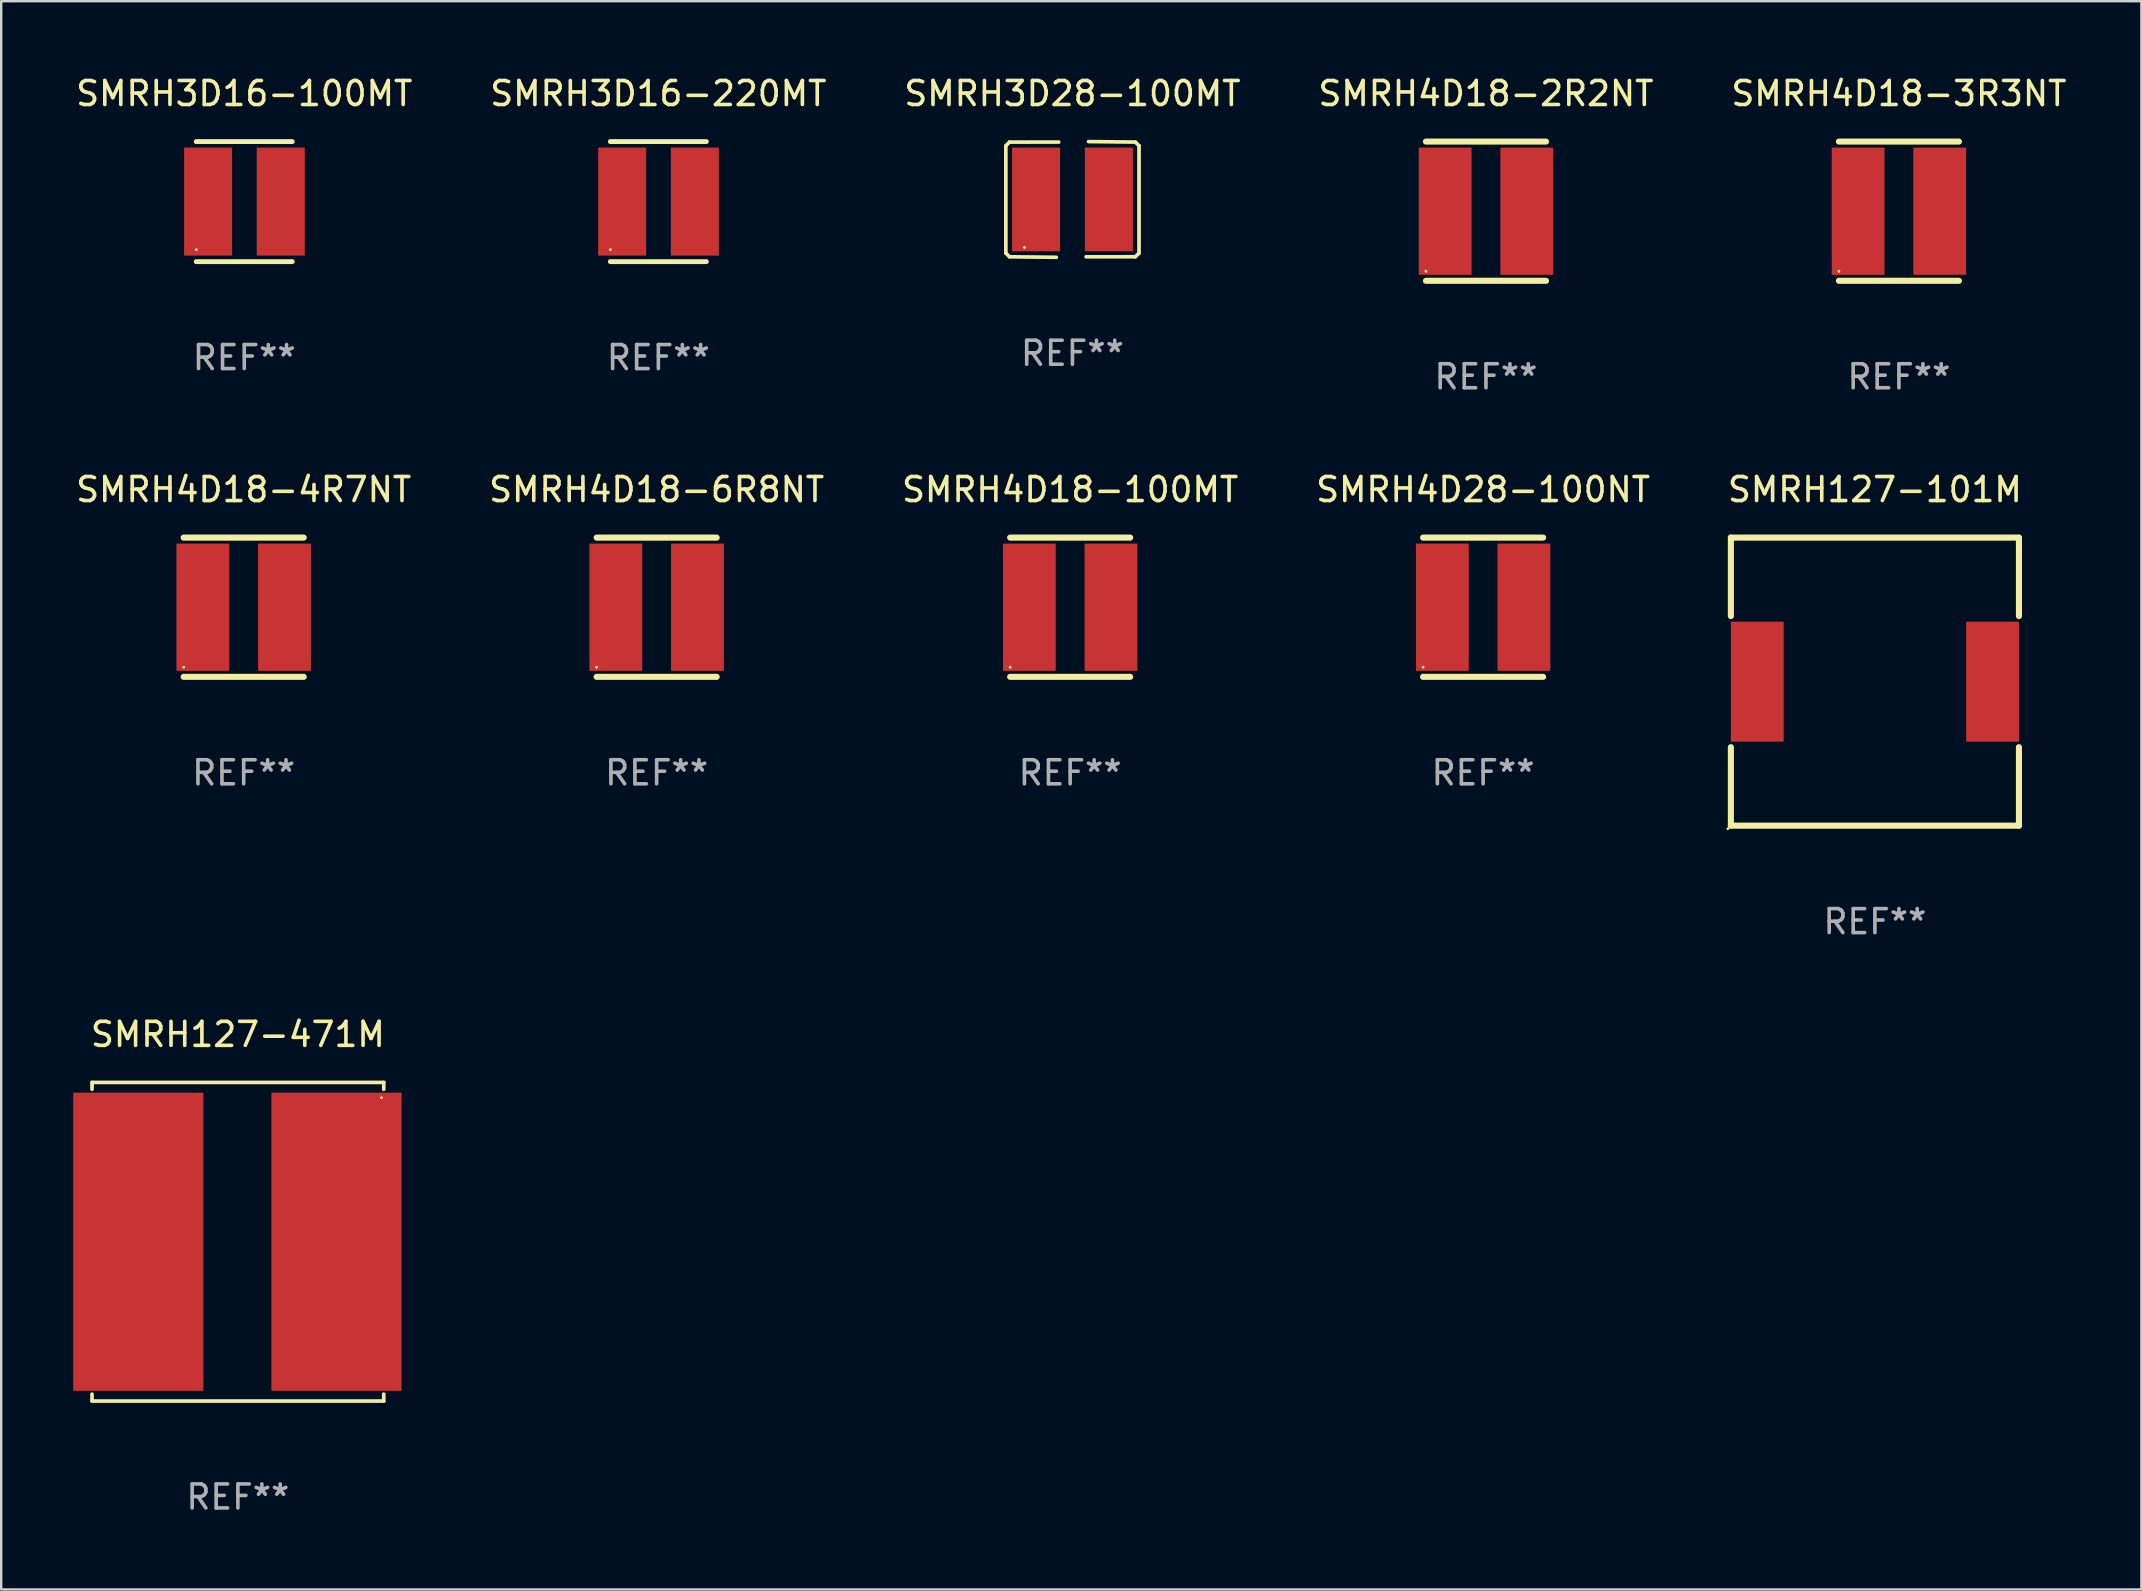
<source format=kicad_pcb>
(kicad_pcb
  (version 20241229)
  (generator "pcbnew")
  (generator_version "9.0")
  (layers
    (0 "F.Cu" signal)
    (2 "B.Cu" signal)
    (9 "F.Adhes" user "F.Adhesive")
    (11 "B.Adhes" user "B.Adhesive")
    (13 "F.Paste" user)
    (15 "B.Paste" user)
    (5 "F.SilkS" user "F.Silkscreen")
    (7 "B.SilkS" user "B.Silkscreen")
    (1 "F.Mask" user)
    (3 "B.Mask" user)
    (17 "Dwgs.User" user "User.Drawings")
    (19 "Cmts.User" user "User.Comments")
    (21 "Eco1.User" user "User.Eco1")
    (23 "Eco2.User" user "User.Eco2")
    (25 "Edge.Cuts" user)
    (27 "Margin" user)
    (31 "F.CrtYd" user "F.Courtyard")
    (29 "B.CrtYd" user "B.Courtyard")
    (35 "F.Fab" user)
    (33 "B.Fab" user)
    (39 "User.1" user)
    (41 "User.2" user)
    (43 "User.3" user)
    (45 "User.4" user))
  (footprint "SMRH127-471M"
    (layer "F.Cu")
    (at 6.86 48.677)
    (property "Reference" "SMRH127-471M" (at 0 -8.636 0) (layer "F.SilkS") (effects (font (size 1 1) (thickness 0.15))))
    (attr through_hole)
    (fp_line (start -6.076 -6.636) (end -6.076 -6.35) (stroke (width 0.152) (type solid)) (layer "F.SilkS"))
    (fp_line (start -6.076 6.636) (end -6.076 6.35) (stroke (width 0.152) (type solid)) (layer "F.SilkS"))
    (fp_line (start 6.076 -6.636) (end -6.076 -6.636) (stroke (width 0.152) (type solid)) (layer "F.SilkS"))
    (fp_line (start 6.076 -6.35) (end 6.076 -6.636) (stroke (width 0.152) (type solid)) (layer "F.SilkS"))
    (fp_line (start 6.076 6.35) (end 6.076 6.636) (stroke (width 0.152) (type solid)) (layer "F.SilkS"))
    (fp_line (start 6.076 6.636) (end -6.076 6.636) (stroke (width 0.152) (type solid)) (layer "F.SilkS"))
    (fp_circle (center 5.98 -6) (end 6.01 -6) (stroke (width 0.06) (type solid)) (fill no) (layer "F.SilkS"))
    (fp_text user "REF**" (at 0 10.636 0) (layer "F.Fab") (effects (font (size 1 1) (thickness 0.15))))
    (pad "1" smd rect (at 4.108 0) (size 5.424 12.42) (layers "F.Cu" "F.Mask" "F.Paste"))
    (pad "2" smd rect (at -4.148 0) (size 5.424 12.42) (layers "F.Cu" "F.Mask" "F.Paste")))
  (footprint "SMRH3D16-100MT"
    (layer "F.Cu")
    (at 7.125 5.348)
    (property "Reference" "SMRH3D16-100MT" (at 0 -4.5 0) (layer "F.SilkS") (effects (font (size 1 1) (thickness 0.15))))
    (attr through_hole)
    (fp_line (start -2 -2.5) (end 2 -2.5) (stroke (width 0.203) (type solid)) (layer "F.SilkS"))
    (fp_line (start -2 2.5) (end 2 2.5) (stroke (width 0.203) (type solid)) (layer "F.SilkS"))
    (fp_circle (center -2 2) (end -1.97 2) (stroke (width 0.06) (type solid)) (fill no) (layer "F.SilkS"))
    (fp_text user "REF**" (at 0 6.5 0) (layer "F.Fab") (effects (font (size 1 1) (thickness 0.15))))
    (pad "1" smd rect (at -1.507 0) (size 2 4.5) (layers "F.Cu" "F.Mask" "F.Paste"))
    (pad "2" smd rect (at 1.52 0) (size 2 4.5) (layers "F.Cu" "F.Mask" "F.Paste")))
  (footprint "SMRH4D28-100NT"
    (layer "F.Cu")
    (at 58.732 22.245)
    (property "Reference" "SMRH4D28-100NT" (at 0 -4.9 0) (layer "F.SilkS") (effects (font (size 1 1) (thickness 0.15))))
    (attr through_hole)
    (fp_line (start -2.5 -2.9) (end 2.5 -2.9) (stroke (width 0.254) (type solid)) (layer "F.SilkS"))
    (fp_line (start -2.5 2.9) (end 2.5 2.9) (stroke (width 0.254) (type solid)) (layer "F.SilkS"))
    (fp_circle (center -2.5 2.5) (end -2.47 2.5) (stroke (width 0.06) (type solid)) (fill no) (layer "F.SilkS"))
    (fp_text user "REF**" (at 0 6.9 0) (layer "F.Fab") (effects (font (size 1 1) (thickness 0.15))))
    (pad "1" smd rect (at -1.7 0) (size 2.2 5.3) (layers "F.Cu" "F.Mask" "F.Paste"))
    (pad "2" smd rect (at 1.7 0) (size 2.2 5.3) (layers "F.Cu" "F.Mask" "F.Paste")))
  (footprint "SMRH3D16-220MT"
    (layer "F.Cu")
    (at 24.375 5.348)
    (property "Reference" "SMRH3D16-220MT" (at 0 -4.5 0) (layer "F.SilkS") (effects (font (size 1 1) (thickness 0.15))))
    (attr through_hole)
    (fp_line (start -2 -2.5) (end 2 -2.5) (stroke (width 0.203) (type solid)) (layer "F.SilkS"))
    (fp_line (start -2 2.5) (end 2 2.5) (stroke (width 0.203) (type solid)) (layer "F.SilkS"))
    (fp_circle (center -2 2) (end -1.97 2) (stroke (width 0.06) (type solid)) (fill no) (layer "F.SilkS"))
    (fp_text user "REF**" (at 0 6.5 0) (layer "F.Fab") (effects (font (size 1 1) (thickness 0.15))))
    (pad "1" smd rect (at -1.507 0) (size 2 4.5) (layers "F.Cu" "F.Mask" "F.Paste"))
    (pad "2" smd rect (at 1.52 0) (size 2 4.5) (layers "F.Cu" "F.Mask" "F.Paste")))
  (footprint "SMRH4D18-3R3NT"
    (layer "F.Cu")
    (at 76.054 5.748)
    (property "Reference" "SMRH4D18-3R3NT" (at 0 -4.9 0) (layer "F.SilkS") (effects (font (size 1 1) (thickness 0.15))))
    (attr through_hole)
    (fp_line (start -2.5 -2.9) (end 2.5 -2.9) (stroke (width 0.254) (type solid)) (layer "F.SilkS"))
    (fp_line (start -2.5 2.9) (end 2.5 2.9) (stroke (width 0.254) (type solid)) (layer "F.SilkS"))
    (fp_circle (center -2.5 2.5) (end -2.47 2.5) (stroke (width 0.06) (type solid)) (fill no) (layer "F.SilkS"))
    (fp_text user "REF**" (at 0 6.9 0) (layer "F.Fab") (effects (font (size 1 1) (thickness 0.15))))
    (pad "1" smd rect (at -1.7 0) (size 2.2 5.3) (layers "F.Cu" "F.Mask" "F.Paste"))
    (pad "2" smd rect (at 1.7 0) (size 2.2 5.3) (layers "F.Cu" "F.Mask" "F.Paste")))
  (footprint "SMRH3D28-100MT"
    (layer "F.Cu")
    (at 41.625 5.258)
    (property "Reference" "SMRH3D28-100MT" (at 0 -4.41 0) (layer "F.SilkS") (effects (font (size 1 1) (thickness 0.15))))
    (attr through_hole)
    (fp_line (start -2.774 -2.236) (end -2.621 -2.389) (stroke (width 0.152) (type solid)) (layer "F.SilkS"))
    (fp_line (start -2.774 2.236) (end -2.774 -2.236) (stroke (width 0.152) (type solid)) (layer "F.SilkS"))
    (fp_line (start -2.621 -2.389) (end -0.57 -2.39) (stroke (width 0.152) (type solid)) (layer "F.SilkS"))
    (fp_line (start -2.621 2.389) (end -2.774 2.236) (stroke (width 0.152) (type solid)) (layer "F.SilkS"))
    (fp_line (start -0.67 2.41) (end -2.621 2.389) (stroke (width 0.152) (type solid)) (layer "F.SilkS"))
    (fp_line (start 0.67 -2.41) (end 2.621 -2.389) (stroke (width 0.152) (type solid)) (layer "F.SilkS"))
    (fp_line (start 2.621 -2.389) (end 2.774 -2.236) (stroke (width 0.152) (type solid)) (layer "F.SilkS"))
    (fp_line (start 2.621 2.389) (end 0.57 2.39) (stroke (width 0.152) (type solid)) (layer "F.SilkS"))
    (fp_line (start 2.774 -2.236) (end 2.774 2.236) (stroke (width 0.152) (type solid)) (layer "F.SilkS"))
    (fp_line (start 2.774 2.236) (end 2.621 2.389) (stroke (width 0.152) (type solid)) (layer "F.SilkS"))
    (fp_circle (center -2 2) (end -1.97 2) (stroke (width 0.06) (type solid)) (fill no) (layer "F.SilkS"))
    (fp_text user "REF**" (at 0 6.41 0) (layer "F.Fab") (effects (font (size 1 1) (thickness 0.15))))
    (pad "1" smd rect (at -1.517 0.000013) (size 2 4.32) (layers "F.Cu" "F.Mask" "F.Paste"))
    (pad "2" smd rect (at 1.517 0.000013) (size 2 4.32) (layers "F.Cu" "F.Mask" "F.Paste")))
  (footprint "SMRH4D18-2R2NT"
    (layer "F.Cu")
    (at 58.851 5.748)
    (property "Reference" "SMRH4D18-2R2NT" (at 0 -4.9 0) (layer "F.SilkS") (effects (font (size 1 1) (thickness 0.15))))
    (attr through_hole)
    (fp_line (start -2.5 -2.9) (end 2.5 -2.9) (stroke (width 0.254) (type solid)) (layer "F.SilkS"))
    (fp_line (start -2.5 2.9) (end 2.5 2.9) (stroke (width 0.254) (type solid)) (layer "F.SilkS"))
    (fp_circle (center -2.5 2.5) (end -2.47 2.5) (stroke (width 0.06) (type solid)) (fill no) (layer "F.SilkS"))
    (fp_text user "REF**" (at 0 6.9 0) (layer "F.Fab") (effects (font (size 1 1) (thickness 0.15))))
    (pad "1" smd rect (at -1.7 0) (size 2.2 5.3) (layers "F.Cu" "F.Mask" "F.Paste"))
    (pad "2" smd rect (at 1.7 0) (size 2.2 5.3) (layers "F.Cu" "F.Mask" "F.Paste")))
  (footprint "SMRH127-101M"
    (layer "F.Cu")
    (at 75.054 25.345)
    (property "Reference" "SMRH127-101M" (at 0 -8 0) (layer "F.SilkS") (effects (font (size 1 1) (thickness 0.15))))
    (attr through_hole)
    (fp_line (start -6 -6) (end 6 -6) (stroke (width 0.254) (type solid)) (layer "F.SilkS"))
    (fp_line (start -6 -2.731) (end -6 -6) (stroke (width 0.254) (type solid)) (layer "F.SilkS"))
    (fp_line (start -6 6) (end -6 2.731) (stroke (width 0.254) (type solid)) (layer "F.SilkS"))
    (fp_line (start -6 6) (end 6 6) (stroke (width 0.254) (type solid)) (layer "F.SilkS"))
    (fp_line (start 6 -2.731) (end 6 -6) (stroke (width 0.254) (type solid)) (layer "F.SilkS"))
    (fp_line (start 6 6) (end 6 2.731) (stroke (width 0.254) (type solid)) (layer "F.SilkS"))
    (fp_circle (center -6.127 6.127) (end -6.097 6.127) (stroke (width 0.06) (type solid)) (fill no) (layer "F.SilkS"))
    (fp_text user "REF**" (at 0 10 0) (layer "F.Fab") (effects (font (size 1 1) (thickness 0.15))))
    (pad "1" smd rect (at -4.9 0) (size 2.2 5) (layers "F.Cu" "F.Mask" "F.Paste"))
    (pad "2" smd rect (at 4.9 0) (size 2.2 5) (layers "F.Cu" "F.Mask" "F.Paste")))
  (footprint "SMRH4D18-6R8NT"
    (layer "F.Cu")
    (at 24.304 22.245)
    (property "Reference" "SMRH4D18-6R8NT" (at 0 -4.9 0) (layer "F.SilkS") (effects (font (size 1 1) (thickness 0.15))))
    (attr through_hole)
    (fp_line (start -2.5 -2.9) (end 2.5 -2.9) (stroke (width 0.254) (type solid)) (layer "F.SilkS"))
    (fp_line (start -2.5 2.9) (end 2.5 2.9) (stroke (width 0.254) (type solid)) (layer "F.SilkS"))
    (fp_circle (center -2.5 2.5) (end -2.47 2.5) (stroke (width 0.06) (type solid)) (fill no) (layer "F.SilkS"))
    (fp_text user "REF**" (at 0 6.9 0) (layer "F.Fab") (effects (font (size 1 1) (thickness 0.15))))
    (pad "1" smd rect (at -1.7 0) (size 2.2 5.3) (layers "F.Cu" "F.Mask" "F.Paste"))
    (pad "2" smd rect (at 1.7 0) (size 2.2 5.3) (layers "F.Cu" "F.Mask" "F.Paste")))
  (footprint "SMRH4D18-100MT"
    (layer "F.Cu")
    (at 41.53 22.245)
    (property "Reference" "SMRH4D18-100MT" (at 0 -4.9 0) (layer "F.SilkS") (effects (font (size 1 1) (thickness 0.15))))
    (attr through_hole)
    (fp_line (start -2.5 -2.9) (end 2.5 -2.9) (stroke (width 0.254) (type solid)) (layer "F.SilkS"))
    (fp_line (start -2.5 2.9) (end 2.5 2.9) (stroke (width 0.254) (type solid)) (layer "F.SilkS"))
    (fp_circle (center -2.5 2.5) (end -2.47 2.5) (stroke (width 0.06) (type solid)) (fill no) (layer "F.SilkS"))
    (fp_text user "REF**" (at 0 6.9 0) (layer "F.Fab") (effects (font (size 1 1) (thickness 0.15))))
    (pad "1" smd rect (at -1.7 0) (size 2.2 5.3) (layers "F.Cu" "F.Mask" "F.Paste"))
    (pad "2" smd rect (at 1.7 0) (size 2.2 5.3) (layers "F.Cu" "F.Mask" "F.Paste")))
  (footprint "SMRH4D18-4R7NT"
    (layer "F.Cu")
    (at 7.101 22.245)
    (property "Reference" "SMRH4D18-4R7NT" (at 0 -4.9 0) (layer "F.SilkS") (effects (font (size 1 1) (thickness 0.15))))
    (attr through_hole)
    (fp_line (start -2.5 -2.9) (end 2.5 -2.9) (stroke (width 0.254) (type solid)) (layer "F.SilkS"))
    (fp_line (start -2.5 2.9) (end 2.5 2.9) (stroke (width 0.254) (type solid)) (layer "F.SilkS"))
    (fp_circle (center -2.5 2.5) (end -2.47 2.5) (stroke (width 0.06) (type solid)) (fill no) (layer "F.SilkS"))
    (fp_text user "REF**" (at 0 6.9 0) (layer "F.Fab") (effects (font (size 1 1) (thickness 0.15))))
    (pad "1" smd rect (at -1.7 0) (size 2.2 5.3) (layers "F.Cu" "F.Mask" "F.Paste"))
    (pad "2" smd rect (at 1.7 0) (size 2.2 5.3) (layers "F.Cu" "F.Mask" "F.Paste")))
  (gr_rect
    (start -3 -3)
    (end 86.155 63.162)
    (stroke (width 0.1) (type default))
    (fill no)
    (layer "Edge.Cuts")))
</source>
